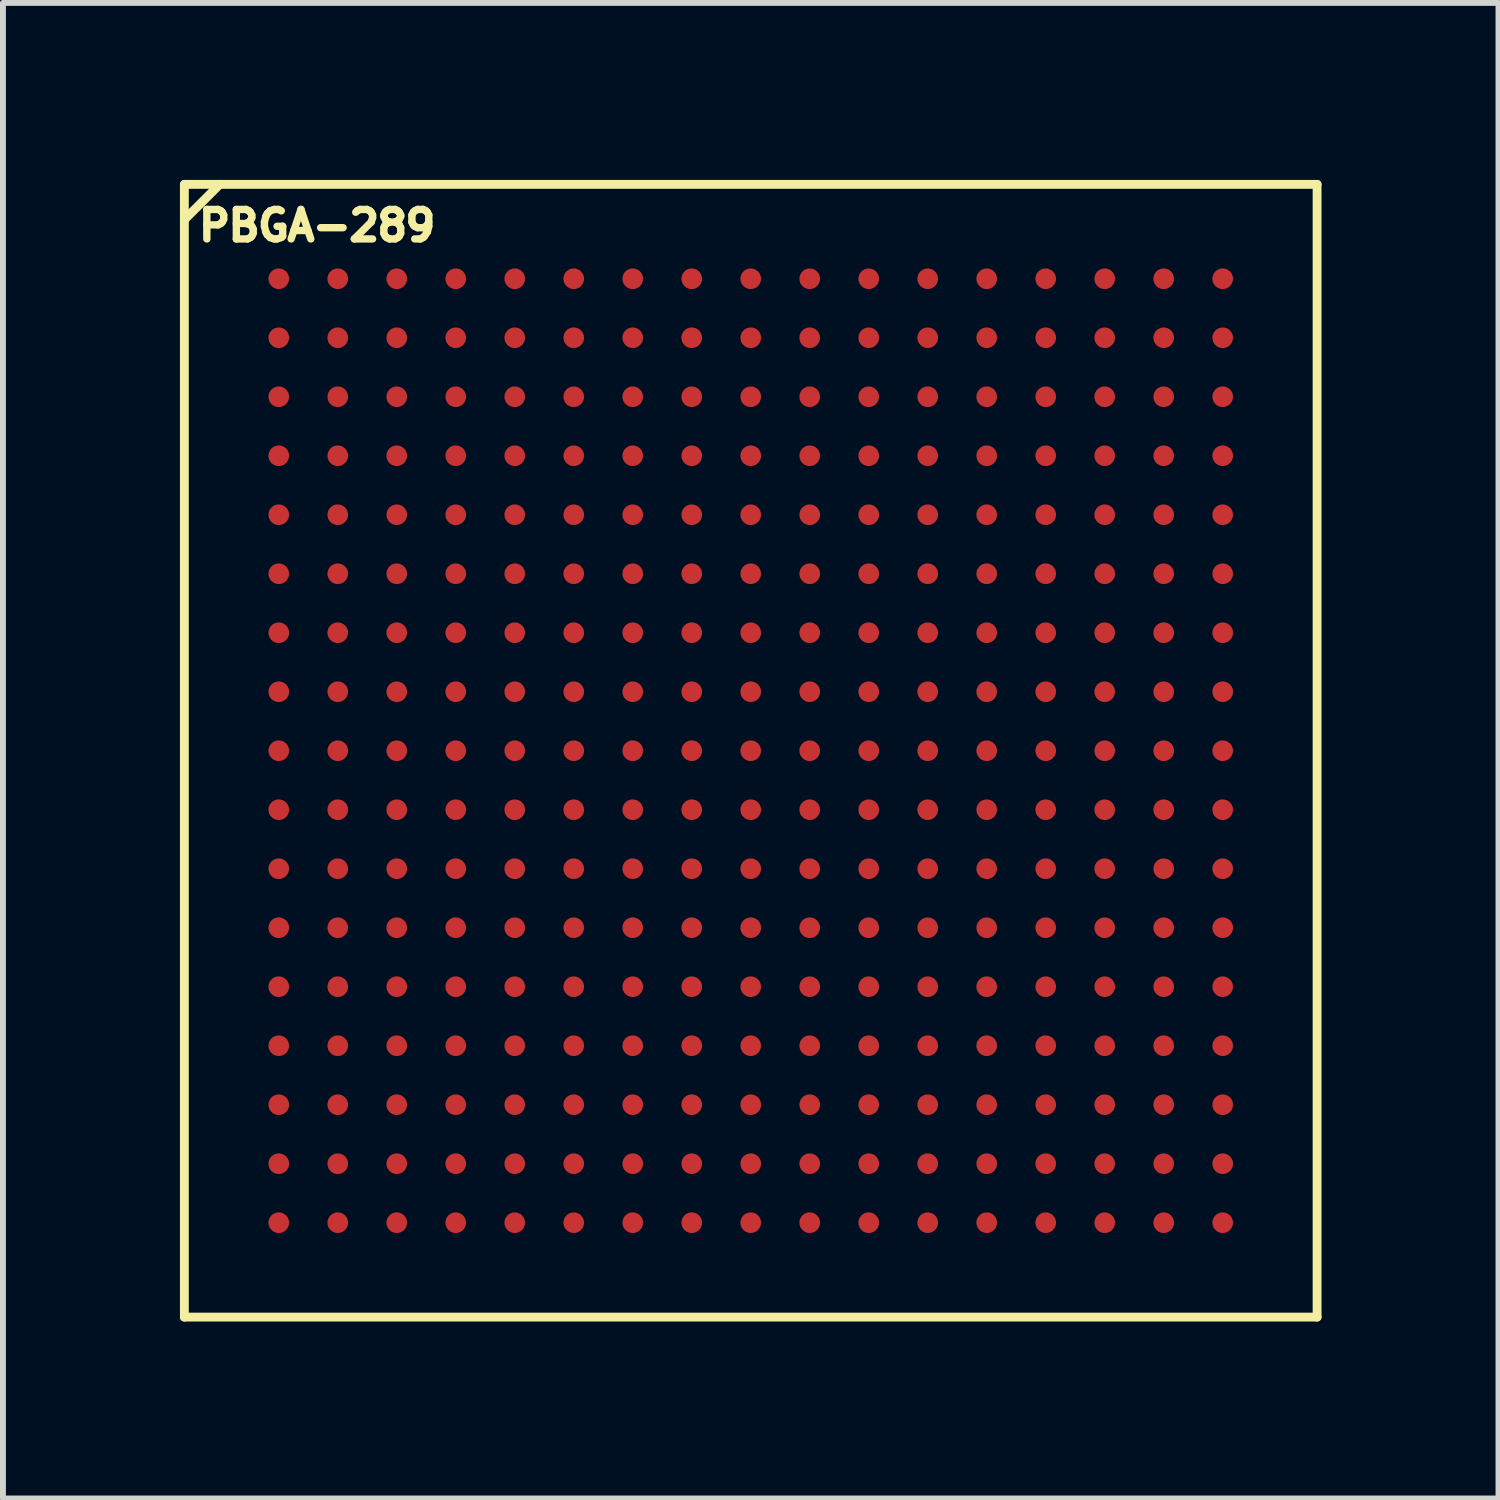
<source format=kicad_pcb>
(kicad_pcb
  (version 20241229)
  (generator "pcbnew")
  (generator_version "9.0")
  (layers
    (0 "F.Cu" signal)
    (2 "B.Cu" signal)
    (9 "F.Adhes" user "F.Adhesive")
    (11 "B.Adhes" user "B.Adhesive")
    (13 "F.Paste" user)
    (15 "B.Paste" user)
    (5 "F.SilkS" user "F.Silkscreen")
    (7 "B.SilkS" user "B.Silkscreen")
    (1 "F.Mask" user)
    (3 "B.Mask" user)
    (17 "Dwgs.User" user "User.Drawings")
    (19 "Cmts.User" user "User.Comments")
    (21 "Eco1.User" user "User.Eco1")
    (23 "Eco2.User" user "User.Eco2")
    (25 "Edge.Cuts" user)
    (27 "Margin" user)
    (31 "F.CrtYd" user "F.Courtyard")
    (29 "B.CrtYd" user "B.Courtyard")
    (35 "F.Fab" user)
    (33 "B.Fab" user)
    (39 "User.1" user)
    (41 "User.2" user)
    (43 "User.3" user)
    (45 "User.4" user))
  (footprint "PBGA-289"
    (layer "F.Cu")
    (at 9.675 9.675)
    (property "Reference" "PBGA-289" (at -7.35 -8.9 0) (layer "F.SilkS") (effects (font (size 0.5 0.5) (thickness 0.125))))
    (attr through_hole)
    (fp_line (start -9.6 -9.6) (end -9.6 9.6) (stroke (width 0.15) (type solid)) (layer "F.SilkS"))
    (fp_line (start -9.6 -9.6) (end 9.6 -9.6) (stroke (width 0.15) (type solid)) (layer "F.SilkS"))
    (fp_line (start -9.6 -9) (end -9 -9.6) (stroke (width 0.15) (type solid)) (layer "F.SilkS"))
    (fp_line (start -9.6 9.6) (end 9.6 9.6) (stroke (width 0.15) (type solid)) (layer "F.SilkS"))
    (fp_line (start 9.6 -9.6) (end 9.6 9.6) (stroke (width 0.15) (type solid)) (layer "F.SilkS"))
    (pad "A1" smd circle (at -8 -8) (size 0.35 0.35) (layers "F.Cu" "F.Mask" "F.Paste"))
    (pad "A2" smd circle (at -7 -8) (size 0.35 0.35) (layers "F.Cu" "F.Mask" "F.Paste"))
    (pad "A3" smd circle (at -6 -8) (size 0.35 0.35) (layers "F.Cu" "F.Mask" "F.Paste"))
    (pad "A4" smd circle (at -5 -8) (size 0.35 0.35) (layers "F.Cu" "F.Mask" "F.Paste"))
    (pad "A5" smd circle (at -4 -8) (size 0.35 0.35) (layers "F.Cu" "F.Mask" "F.Paste"))
    (pad "A6" smd circle (at -3 -8) (size 0.35 0.35) (layers "F.Cu" "F.Mask" "F.Paste"))
    (pad "A7" smd circle (at -2 -8) (size 0.35 0.35) (layers "F.Cu" "F.Mask" "F.Paste"))
    (pad "A8" smd circle (at -1 -8) (size 0.35 0.35) (layers "F.Cu" "F.Mask" "F.Paste"))
    (pad "A9" smd circle (at 0 -8) (size 0.35 0.35) (layers "F.Cu" "F.Mask" "F.Paste"))
    (pad "A10" smd circle (at 1 -8) (size 0.35 0.35) (layers "F.Cu" "F.Mask" "F.Paste"))
    (pad "A11" smd circle (at 2 -8) (size 0.35 0.35) (layers "F.Cu" "F.Mask" "F.Paste"))
    (pad "A12" smd circle (at 3 -8) (size 0.35 0.35) (layers "F.Cu" "F.Mask" "F.Paste"))
    (pad "A13" smd circle (at 4 -8) (size 0.35 0.35) (layers "F.Cu" "F.Mask" "F.Paste"))
    (pad "A14" smd circle (at 5 -8) (size 0.35 0.35) (layers "F.Cu" "F.Mask" "F.Paste"))
    (pad "A15" smd circle (at 6 -8) (size 0.35 0.35) (layers "F.Cu" "F.Mask" "F.Paste"))
    (pad "A16" smd circle (at 7 -8) (size 0.35 0.35) (layers "F.Cu" "F.Mask" "F.Paste"))
    (pad "A17" smd circle (at 8 -8) (size 0.35 0.35) (layers "F.Cu" "F.Mask" "F.Paste"))
    (pad "B1" smd circle (at -8 -7) (size 0.35 0.35) (layers "F.Cu" "F.Mask" "F.Paste"))
    (pad "B2" smd circle (at -7 -7) (size 0.35 0.35) (layers "F.Cu" "F.Mask" "F.Paste"))
    (pad "B3" smd circle (at -6 -7) (size 0.35 0.35) (layers "F.Cu" "F.Mask" "F.Paste"))
    (pad "B4" smd circle (at -5 -7) (size 0.35 0.35) (layers "F.Cu" "F.Mask" "F.Paste"))
    (pad "B5" smd circle (at -4 -7) (size 0.35 0.35) (layers "F.Cu" "F.Mask" "F.Paste"))
    (pad "B6" smd circle (at -3 -7) (size 0.35 0.35) (layers "F.Cu" "F.Mask" "F.Paste"))
    (pad "B7" smd circle (at -2 -7) (size 0.35 0.35) (layers "F.Cu" "F.Mask" "F.Paste"))
    (pad "B8" smd circle (at -1 -7) (size 0.35 0.35) (layers "F.Cu" "F.Mask" "F.Paste"))
    (pad "B9" smd circle (at 0 -7) (size 0.35 0.35) (layers "F.Cu" "F.Mask" "F.Paste"))
    (pad "B10" smd circle (at 1 -7) (size 0.35 0.35) (layers "F.Cu" "F.Mask" "F.Paste"))
    (pad "B11" smd circle (at 2 -7) (size 0.35 0.35) (layers "F.Cu" "F.Mask" "F.Paste"))
    (pad "B12" smd circle (at 3 -7) (size 0.35 0.35) (layers "F.Cu" "F.Mask" "F.Paste"))
    (pad "B13" smd circle (at 4 -7) (size 0.35 0.35) (layers "F.Cu" "F.Mask" "F.Paste"))
    (pad "B14" smd circle (at 5 -7) (size 0.35 0.35) (layers "F.Cu" "F.Mask" "F.Paste"))
    (pad "B15" smd circle (at 6 -7) (size 0.35 0.35) (layers "F.Cu" "F.Mask" "F.Paste"))
    (pad "B16" smd circle (at 7 -7) (size 0.35 0.35) (layers "F.Cu" "F.Mask" "F.Paste"))
    (pad "B17" smd circle (at 8 -7) (size 0.35 0.35) (layers "F.Cu" "F.Mask" "F.Paste"))
    (pad "C1" smd circle (at -8 -6) (size 0.35 0.35) (layers "F.Cu" "F.Mask" "F.Paste"))
    (pad "C2" smd circle (at -7 -6) (size 0.35 0.35) (layers "F.Cu" "F.Mask" "F.Paste"))
    (pad "C3" smd circle (at -6 -6) (size 0.35 0.35) (layers "F.Cu" "F.Mask" "F.Paste"))
    (pad "C4" smd circle (at -5 -6) (size 0.35 0.35) (layers "F.Cu" "F.Mask" "F.Paste"))
    (pad "C5" smd circle (at -4 -6) (size 0.35 0.35) (layers "F.Cu" "F.Mask" "F.Paste"))
    (pad "C6" smd circle (at -3 -6) (size 0.35 0.35) (layers "F.Cu" "F.Mask" "F.Paste"))
    (pad "C7" smd circle (at -2 -6) (size 0.35 0.35) (layers "F.Cu" "F.Mask" "F.Paste"))
    (pad "C8" smd circle (at -1 -6) (size 0.35 0.35) (layers "F.Cu" "F.Mask" "F.Paste"))
    (pad "C9" smd circle (at 0 -6) (size 0.35 0.35) (layers "F.Cu" "F.Mask" "F.Paste"))
    (pad "C10" smd circle (at 1 -6) (size 0.35 0.35) (layers "F.Cu" "F.Mask" "F.Paste"))
    (pad "C11" smd circle (at 2 -6) (size 0.35 0.35) (layers "F.Cu" "F.Mask" "F.Paste"))
    (pad "C12" smd circle (at 3 -6) (size 0.35 0.35) (layers "F.Cu" "F.Mask" "F.Paste"))
    (pad "C13" smd circle (at 4 -6) (size 0.35 0.35) (layers "F.Cu" "F.Mask" "F.Paste"))
    (pad "C14" smd circle (at 5 -6) (size 0.35 0.35) (layers "F.Cu" "F.Mask" "F.Paste"))
    (pad "C15" smd circle (at 6 -6) (size 0.35 0.35) (layers "F.Cu" "F.Mask" "F.Paste"))
    (pad "C16" smd circle (at 7 -6) (size 0.35 0.35) (layers "F.Cu" "F.Mask" "F.Paste"))
    (pad "C17" smd circle (at 8 -6) (size 0.35 0.35) (layers "F.Cu" "F.Mask" "F.Paste"))
    (pad "D1" smd circle (at -8 -5) (size 0.35 0.35) (layers "F.Cu" "F.Mask" "F.Paste"))
    (pad "D2" smd circle (at -7 -5) (size 0.35 0.35) (layers "F.Cu" "F.Mask" "F.Paste"))
    (pad "D3" smd circle (at -6 -5) (size 0.35 0.35) (layers "F.Cu" "F.Mask" "F.Paste"))
    (pad "D4" smd circle (at -5 -5) (size 0.35 0.35) (layers "F.Cu" "F.Mask" "F.Paste"))
    (pad "D5" smd circle (at -4 -5) (size 0.35 0.35) (layers "F.Cu" "F.Mask" "F.Paste"))
    (pad "D6" smd circle (at -3 -5) (size 0.35 0.35) (layers "F.Cu" "F.Mask" "F.Paste"))
    (pad "D7" smd circle (at -2 -5) (size 0.35 0.35) (layers "F.Cu" "F.Mask" "F.Paste"))
    (pad "D8" smd circle (at -1 -5) (size 0.35 0.35) (layers "F.Cu" "F.Mask" "F.Paste"))
    (pad "D9" smd circle (at 0 -5) (size 0.35 0.35) (layers "F.Cu" "F.Mask" "F.Paste"))
    (pad "D10" smd circle (at 1 -5) (size 0.35 0.35) (layers "F.Cu" "F.Mask" "F.Paste"))
    (pad "D11" smd circle (at 2 -5) (size 0.35 0.35) (layers "F.Cu" "F.Mask" "F.Paste"))
    (pad "D12" smd circle (at 3 -5) (size 0.35 0.35) (layers "F.Cu" "F.Mask" "F.Paste"))
    (pad "D13" smd circle (at 4 -5) (size 0.35 0.35) (layers "F.Cu" "F.Mask" "F.Paste"))
    (pad "D14" smd circle (at 5 -5) (size 0.35 0.35) (layers "F.Cu" "F.Mask" "F.Paste"))
    (pad "D15" smd circle (at 6 -5) (size 0.35 0.35) (layers "F.Cu" "F.Mask" "F.Paste"))
    (pad "D16" smd circle (at 7 -5) (size 0.35 0.35) (layers "F.Cu" "F.Mask" "F.Paste"))
    (pad "D17" smd circle (at 8 -5) (size 0.35 0.35) (layers "F.Cu" "F.Mask" "F.Paste"))
    (pad "E1" smd circle (at -8 -4) (size 0.35 0.35) (layers "F.Cu" "F.Mask" "F.Paste"))
    (pad "E2" smd circle (at -7 -4) (size 0.35 0.35) (layers "F.Cu" "F.Mask" "F.Paste"))
    (pad "E3" smd circle (at -6 -4) (size 0.35 0.35) (layers "F.Cu" "F.Mask" "F.Paste"))
    (pad "E4" smd circle (at -5 -4) (size 0.35 0.35) (layers "F.Cu" "F.Mask" "F.Paste"))
    (pad "E5" smd circle (at -4 -4) (size 0.35 0.35) (layers "F.Cu" "F.Mask" "F.Paste"))
    (pad "E6" smd circle (at -3 -4) (size 0.35 0.35) (layers "F.Cu" "F.Mask" "F.Paste"))
    (pad "E7" smd circle (at -2 -4) (size 0.35 0.35) (layers "F.Cu" "F.Mask" "F.Paste"))
    (pad "E8" smd circle (at -1 -4) (size 0.35 0.35) (layers "F.Cu" "F.Mask" "F.Paste"))
    (pad "E9" smd circle (at 0 -4) (size 0.35 0.35) (layers "F.Cu" "F.Mask" "F.Paste"))
    (pad "E10" smd circle (at 1 -4) (size 0.35 0.35) (layers "F.Cu" "F.Mask" "F.Paste"))
    (pad "E11" smd circle (at 2 -4) (size 0.35 0.35) (layers "F.Cu" "F.Mask" "F.Paste"))
    (pad "E12" smd circle (at 3 -4) (size 0.35 0.35) (layers "F.Cu" "F.Mask" "F.Paste"))
    (pad "E13" smd circle (at 4 -4) (size 0.35 0.35) (layers "F.Cu" "F.Mask" "F.Paste"))
    (pad "E14" smd circle (at 5 -4) (size 0.35 0.35) (layers "F.Cu" "F.Mask" "F.Paste"))
    (pad "E15" smd circle (at 6 -4) (size 0.35 0.35) (layers "F.Cu" "F.Mask" "F.Paste"))
    (pad "E16" smd circle (at 7 -4) (size 0.35 0.35) (layers "F.Cu" "F.Mask" "F.Paste"))
    (pad "E17" smd circle (at 8 -4) (size 0.35 0.35) (layers "F.Cu" "F.Mask" "F.Paste"))
    (pad "F1" smd circle (at -8 -3) (size 0.35 0.35) (layers "F.Cu" "F.Mask" "F.Paste"))
    (pad "F2" smd circle (at -7 -3) (size 0.35 0.35) (layers "F.Cu" "F.Mask" "F.Paste"))
    (pad "F3" smd circle (at -6 -3) (size 0.35 0.35) (layers "F.Cu" "F.Mask" "F.Paste"))
    (pad "F4" smd circle (at -5 -3) (size 0.35 0.35) (layers "F.Cu" "F.Mask" "F.Paste"))
    (pad "F5" smd circle (at -4 -3) (size 0.35 0.35) (layers "F.Cu" "F.Mask" "F.Paste"))
    (pad "F6" smd circle (at -3 -3) (size 0.35 0.35) (layers "F.Cu" "F.Mask" "F.Paste"))
    (pad "F7" smd circle (at -2 -3) (size 0.35 0.35) (layers "F.Cu" "F.Mask" "F.Paste"))
    (pad "F8" smd circle (at -1 -3) (size 0.35 0.35) (layers "F.Cu" "F.Mask" "F.Paste"))
    (pad "F9" smd circle (at 0 -3) (size 0.35 0.35) (layers "F.Cu" "F.Mask" "F.Paste"))
    (pad "F10" smd circle (at 1 -3) (size 0.35 0.35) (layers "F.Cu" "F.Mask" "F.Paste"))
    (pad "F11" smd circle (at 2 -3) (size 0.35 0.35) (layers "F.Cu" "F.Mask" "F.Paste"))
    (pad "F12" smd circle (at 3 -3) (size 0.35 0.35) (layers "F.Cu" "F.Mask" "F.Paste"))
    (pad "F13" smd circle (at 4 -3) (size 0.35 0.35) (layers "F.Cu" "F.Mask" "F.Paste"))
    (pad "F14" smd circle (at 5 -3) (size 0.35 0.35) (layers "F.Cu" "F.Mask" "F.Paste"))
    (pad "F15" smd circle (at 6 -3) (size 0.35 0.35) (layers "F.Cu" "F.Mask" "F.Paste"))
    (pad "F16" smd circle (at 7 -3) (size 0.35 0.35) (layers "F.Cu" "F.Mask" "F.Paste"))
    (pad "F17" smd circle (at 8 -3) (size 0.35 0.35) (layers "F.Cu" "F.Mask" "F.Paste"))
    (pad "G1" smd circle (at -8 -2) (size 0.35 0.35) (layers "F.Cu" "F.Mask" "F.Paste"))
    (pad "G2" smd circle (at -7 -2) (size 0.35 0.35) (layers "F.Cu" "F.Mask" "F.Paste"))
    (pad "G3" smd circle (at -6 -2) (size 0.35 0.35) (layers "F.Cu" "F.Mask" "F.Paste"))
    (pad "G4" smd circle (at -5 -2) (size 0.35 0.35) (layers "F.Cu" "F.Mask" "F.Paste"))
    (pad "G5" smd circle (at -4 -2) (size 0.35 0.35) (layers "F.Cu" "F.Mask" "F.Paste"))
    (pad "G6" smd circle (at -3 -2) (size 0.35 0.35) (layers "F.Cu" "F.Mask" "F.Paste"))
    (pad "G7" smd circle (at -2 -2) (size 0.35 0.35) (layers "F.Cu" "F.Mask" "F.Paste"))
    (pad "G8" smd circle (at -1 -2) (size 0.35 0.35) (layers "F.Cu" "F.Mask" "F.Paste"))
    (pad "G9" smd circle (at 0 -2) (size 0.35 0.35) (layers "F.Cu" "F.Mask" "F.Paste"))
    (pad "G10" smd circle (at 1 -2) (size 0.35 0.35) (layers "F.Cu" "F.Mask" "F.Paste"))
    (pad "G11" smd circle (at 2 -2) (size 0.35 0.35) (layers "F.Cu" "F.Mask" "F.Paste"))
    (pad "G12" smd circle (at 3 -2) (size 0.35 0.35) (layers "F.Cu" "F.Mask" "F.Paste"))
    (pad "G13" smd circle (at 4 -2) (size 0.35 0.35) (layers "F.Cu" "F.Mask" "F.Paste"))
    (pad "G14" smd circle (at 5 -2) (size 0.35 0.35) (layers "F.Cu" "F.Mask" "F.Paste"))
    (pad "G15" smd circle (at 6 -2) (size 0.35 0.35) (layers "F.Cu" "F.Mask" "F.Paste"))
    (pad "G16" smd circle (at 7 -2) (size 0.35 0.35) (layers "F.Cu" "F.Mask" "F.Paste"))
    (pad "G17" smd circle (at 8 -2) (size 0.35 0.35) (layers "F.Cu" "F.Mask" "F.Paste"))
    (pad "H1" smd circle (at -8 -1) (size 0.35 0.35) (layers "F.Cu" "F.Mask" "F.Paste"))
    (pad "H2" smd circle (at -7 -1) (size 0.35 0.35) (layers "F.Cu" "F.Mask" "F.Paste"))
    (pad "H3" smd circle (at -6 -1) (size 0.35 0.35) (layers "F.Cu" "F.Mask" "F.Paste"))
    (pad "H4" smd circle (at -5 -1) (size 0.35 0.35) (layers "F.Cu" "F.Mask" "F.Paste"))
    (pad "H5" smd circle (at -4 -1) (size 0.35 0.35) (layers "F.Cu" "F.Mask" "F.Paste"))
    (pad "H6" smd circle (at -3 -1) (size 0.35 0.35) (layers "F.Cu" "F.Mask" "F.Paste"))
    (pad "H7" smd circle (at -2 -1) (size 0.35 0.35) (layers "F.Cu" "F.Mask" "F.Paste"))
    (pad "H8" smd circle (at -1 -1) (size 0.35 0.35) (layers "F.Cu" "F.Mask" "F.Paste"))
    (pad "H9" smd circle (at 0 -1) (size 0.35 0.35) (layers "F.Cu" "F.Mask" "F.Paste"))
    (pad "H10" smd circle (at 1 -1) (size 0.35 0.35) (layers "F.Cu" "F.Mask" "F.Paste"))
    (pad "H11" smd circle (at 2 -1) (size 0.35 0.35) (layers "F.Cu" "F.Mask" "F.Paste"))
    (pad "H12" smd circle (at 3 -1) (size 0.35 0.35) (layers "F.Cu" "F.Mask" "F.Paste"))
    (pad "H13" smd circle (at 4 -1) (size 0.35 0.35) (layers "F.Cu" "F.Mask" "F.Paste"))
    (pad "H14" smd circle (at 5 -1) (size 0.35 0.35) (layers "F.Cu" "F.Mask" "F.Paste"))
    (pad "H15" smd circle (at 6 -1) (size 0.35 0.35) (layers "F.Cu" "F.Mask" "F.Paste"))
    (pad "H16" smd circle (at 7 -1) (size 0.35 0.35) (layers "F.Cu" "F.Mask" "F.Paste"))
    (pad "H17" smd circle (at 8 -1) (size 0.35 0.35) (layers "F.Cu" "F.Mask" "F.Paste"))
    (pad "J1" smd circle (at -8 0) (size 0.35 0.35) (layers "F.Cu" "F.Mask" "F.Paste"))
    (pad "J2" smd circle (at -7 0) (size 0.35 0.35) (layers "F.Cu" "F.Mask" "F.Paste"))
    (pad "J3" smd circle (at -6 0) (size 0.35 0.35) (layers "F.Cu" "F.Mask" "F.Paste"))
    (pad "J4" smd circle (at -5 0) (size 0.35 0.35) (layers "F.Cu" "F.Mask" "F.Paste"))
    (pad "J5" smd circle (at -4 0) (size 0.35 0.35) (layers "F.Cu" "F.Mask" "F.Paste"))
    (pad "J6" smd circle (at -3 0) (size 0.35 0.35) (layers "F.Cu" "F.Mask" "F.Paste"))
    (pad "J7" smd circle (at -2 0) (size 0.35 0.35) (layers "F.Cu" "F.Mask" "F.Paste"))
    (pad "J8" smd circle (at -1 0) (size 0.35 0.35) (layers "F.Cu" "F.Mask" "F.Paste"))
    (pad "J9" smd circle (at 0 0) (size 0.35 0.35) (layers "F.Cu" "F.Mask" "F.Paste"))
    (pad "J10" smd circle (at 1 0) (size 0.35 0.35) (layers "F.Cu" "F.Mask" "F.Paste"))
    (pad "J11" smd circle (at 2 0) (size 0.35 0.35) (layers "F.Cu" "F.Mask" "F.Paste"))
    (pad "J12" smd circle (at 3 0) (size 0.35 0.35) (layers "F.Cu" "F.Mask" "F.Paste"))
    (pad "J13" smd circle (at 4 0) (size 0.35 0.35) (layers "F.Cu" "F.Mask" "F.Paste"))
    (pad "J14" smd circle (at 5 0) (size 0.35 0.35) (layers "F.Cu" "F.Mask" "F.Paste"))
    (pad "J15" smd circle (at 6 0) (size 0.35 0.35) (layers "F.Cu" "F.Mask" "F.Paste"))
    (pad "J16" smd circle (at 7 0) (size 0.35 0.35) (layers "F.Cu" "F.Mask" "F.Paste"))
    (pad "J17" smd circle (at 8 0) (size 0.35 0.35) (layers "F.Cu" "F.Mask" "F.Paste"))
    (pad "K1" smd circle (at -8 1) (size 0.35 0.35) (layers "F.Cu" "F.Mask" "F.Paste"))
    (pad "K2" smd circle (at -7 1) (size 0.35 0.35) (layers "F.Cu" "F.Mask" "F.Paste"))
    (pad "K3" smd circle (at -6 1) (size 0.35 0.35) (layers "F.Cu" "F.Mask" "F.Paste"))
    (pad "K4" smd circle (at -5 1) (size 0.35 0.35) (layers "F.Cu" "F.Mask" "F.Paste"))
    (pad "K5" smd circle (at -4 1) (size 0.35 0.35) (layers "F.Cu" "F.Mask" "F.Paste"))
    (pad "K6" smd circle (at -3 1) (size 0.35 0.35) (layers "F.Cu" "F.Mask" "F.Paste"))
    (pad "K7" smd circle (at -2 1) (size 0.35 0.35) (layers "F.Cu" "F.Mask" "F.Paste"))
    (pad "K8" smd circle (at -1 1) (size 0.35 0.35) (layers "F.Cu" "F.Mask" "F.Paste"))
    (pad "K9" smd circle (at 0 1) (size 0.35 0.35) (layers "F.Cu" "F.Mask" "F.Paste"))
    (pad "K10" smd circle (at 1 1) (size 0.35 0.35) (layers "F.Cu" "F.Mask" "F.Paste"))
    (pad "K11" smd circle (at 2 1) (size 0.35 0.35) (layers "F.Cu" "F.Mask" "F.Paste"))
    (pad "K12" smd circle (at 3 1) (size 0.35 0.35) (layers "F.Cu" "F.Mask" "F.Paste"))
    (pad "K13" smd circle (at 4 1) (size 0.35 0.35) (layers "F.Cu" "F.Mask" "F.Paste"))
    (pad "K14" smd circle (at 5 1) (size 0.35 0.35) (layers "F.Cu" "F.Mask" "F.Paste"))
    (pad "K15" smd circle (at 6 1) (size 0.35 0.35) (layers "F.Cu" "F.Mask" "F.Paste"))
    (pad "K16" smd circle (at 7 1) (size 0.35 0.35) (layers "F.Cu" "F.Mask" "F.Paste"))
    (pad "K17" smd circle (at 8 1) (size 0.35 0.35) (layers "F.Cu" "F.Mask" "F.Paste"))
    (pad "L1" smd circle (at -8 2) (size 0.35 0.35) (layers "F.Cu" "F.Mask" "F.Paste"))
    (pad "L2" smd circle (at -7 2) (size 0.35 0.35) (layers "F.Cu" "F.Mask" "F.Paste"))
    (pad "L3" smd circle (at -6 2) (size 0.35 0.35) (layers "F.Cu" "F.Mask" "F.Paste"))
    (pad "L4" smd circle (at -5 2) (size 0.35 0.35) (layers "F.Cu" "F.Mask" "F.Paste"))
    (pad "L5" smd circle (at -4 2) (size 0.35 0.35) (layers "F.Cu" "F.Mask" "F.Paste"))
    (pad "L6" smd circle (at -3 2) (size 0.35 0.35) (layers "F.Cu" "F.Mask" "F.Paste"))
    (pad "L7" smd circle (at -2 2) (size 0.35 0.35) (layers "F.Cu" "F.Mask" "F.Paste"))
    (pad "L8" smd circle (at -1 2) (size 0.35 0.35) (layers "F.Cu" "F.Mask" "F.Paste"))
    (pad "L9" smd circle (at 0 2) (size 0.35 0.35) (layers "F.Cu" "F.Mask" "F.Paste"))
    (pad "L10" smd circle (at 1 2) (size 0.35 0.35) (layers "F.Cu" "F.Mask" "F.Paste"))
    (pad "L11" smd circle (at 2 2) (size 0.35 0.35) (layers "F.Cu" "F.Mask" "F.Paste"))
    (pad "L12" smd circle (at 3 2) (size 0.35 0.35) (layers "F.Cu" "F.Mask" "F.Paste"))
    (pad "L13" smd circle (at 4 2) (size 0.35 0.35) (layers "F.Cu" "F.Mask" "F.Paste"))
    (pad "L14" smd circle (at 5 2) (size 0.35 0.35) (layers "F.Cu" "F.Mask" "F.Paste"))
    (pad "L15" smd circle (at 6 2) (size 0.35 0.35) (layers "F.Cu" "F.Mask" "F.Paste"))
    (pad "L16" smd circle (at 7 2) (size 0.35 0.35) (layers "F.Cu" "F.Mask" "F.Paste"))
    (pad "L17" smd circle (at 8 2) (size 0.35 0.35) (layers "F.Cu" "F.Mask" "F.Paste"))
    (pad "M1" smd circle (at -8 3) (size 0.35 0.35) (layers "F.Cu" "F.Mask" "F.Paste"))
    (pad "M2" smd circle (at -7 3) (size 0.35 0.35) (layers "F.Cu" "F.Mask" "F.Paste"))
    (pad "M3" smd circle (at -6 3) (size 0.35 0.35) (layers "F.Cu" "F.Mask" "F.Paste"))
    (pad "M4" smd circle (at -5 3) (size 0.35 0.35) (layers "F.Cu" "F.Mask" "F.Paste"))
    (pad "M5" smd circle (at -4 3) (size 0.35 0.35) (layers "F.Cu" "F.Mask" "F.Paste"))
    (pad "M6" smd circle (at -3 3) (size 0.35 0.35) (layers "F.Cu" "F.Mask" "F.Paste"))
    (pad "M7" smd circle (at -2 3) (size 0.35 0.35) (layers "F.Cu" "F.Mask" "F.Paste"))
    (pad "M8" smd circle (at -1 3) (size 0.35 0.35) (layers "F.Cu" "F.Mask" "F.Paste"))
    (pad "M9" smd circle (at 0 3) (size 0.35 0.35) (layers "F.Cu" "F.Mask" "F.Paste"))
    (pad "M10" smd circle (at 1 3) (size 0.35 0.35) (layers "F.Cu" "F.Mask" "F.Paste"))
    (pad "M11" smd circle (at 2 3) (size 0.35 0.35) (layers "F.Cu" "F.Mask" "F.Paste"))
    (pad "M12" smd circle (at 3 3) (size 0.35 0.35) (layers "F.Cu" "F.Mask" "F.Paste"))
    (pad "M13" smd circle (at 4 3) (size 0.35 0.35) (layers "F.Cu" "F.Mask" "F.Paste"))
    (pad "M14" smd circle (at 5 3) (size 0.35 0.35) (layers "F.Cu" "F.Mask" "F.Paste"))
    (pad "M15" smd circle (at 6 3) (size 0.35 0.35) (layers "F.Cu" "F.Mask" "F.Paste"))
    (pad "M16" smd circle (at 7 3) (size 0.35 0.35) (layers "F.Cu" "F.Mask" "F.Paste"))
    (pad "M17" smd circle (at 8 3) (size 0.35 0.35) (layers "F.Cu" "F.Mask" "F.Paste"))
    (pad "N1" smd circle (at -8 4) (size 0.35 0.35) (layers "F.Cu" "F.Mask" "F.Paste"))
    (pad "N2" smd circle (at -7 4) (size 0.35 0.35) (layers "F.Cu" "F.Mask" "F.Paste"))
    (pad "N3" smd circle (at -6 4) (size 0.35 0.35) (layers "F.Cu" "F.Mask" "F.Paste"))
    (pad "N4" smd circle (at -5 4) (size 0.35 0.35) (layers "F.Cu" "F.Mask" "F.Paste"))
    (pad "N5" smd circle (at -4 4) (size 0.35 0.35) (layers "F.Cu" "F.Mask" "F.Paste"))
    (pad "N6" smd circle (at -3 4) (size 0.35 0.35) (layers "F.Cu" "F.Mask" "F.Paste"))
    (pad "N7" smd circle (at -2 4) (size 0.35 0.35) (layers "F.Cu" "F.Mask" "F.Paste"))
    (pad "N8" smd circle (at -1 4) (size 0.35 0.35) (layers "F.Cu" "F.Mask" "F.Paste"))
    (pad "N9" smd circle (at 0 4) (size 0.35 0.35) (layers "F.Cu" "F.Mask" "F.Paste"))
    (pad "N10" smd circle (at 1 4) (size 0.35 0.35) (layers "F.Cu" "F.Mask" "F.Paste"))
    (pad "N11" smd circle (at 2 4) (size 0.35 0.35) (layers "F.Cu" "F.Mask" "F.Paste"))
    (pad "N12" smd circle (at 3 4) (size 0.35 0.35) (layers "F.Cu" "F.Mask" "F.Paste"))
    (pad "N13" smd circle (at 4 4) (size 0.35 0.35) (layers "F.Cu" "F.Mask" "F.Paste"))
    (pad "N14" smd circle (at 5 4) (size 0.35 0.35) (layers "F.Cu" "F.Mask" "F.Paste"))
    (pad "N15" smd circle (at 6 4) (size 0.35 0.35) (layers "F.Cu" "F.Mask" "F.Paste"))
    (pad "N16" smd circle (at 7 4) (size 0.35 0.35) (layers "F.Cu" "F.Mask" "F.Paste"))
    (pad "N17" smd circle (at 8 4) (size 0.35 0.35) (layers "F.Cu" "F.Mask" "F.Paste"))
    (pad "P1" smd circle (at -8 5) (size 0.35 0.35) (layers "F.Cu" "F.Mask" "F.Paste"))
    (pad "P2" smd circle (at -7 5) (size 0.35 0.35) (layers "F.Cu" "F.Mask" "F.Paste"))
    (pad "P3" smd circle (at -6 5) (size 0.35 0.35) (layers "F.Cu" "F.Mask" "F.Paste"))
    (pad "P4" smd circle (at -5 5) (size 0.35 0.35) (layers "F.Cu" "F.Mask" "F.Paste"))
    (pad "P5" smd circle (at -4 5) (size 0.35 0.35) (layers "F.Cu" "F.Mask" "F.Paste"))
    (pad "P6" smd circle (at -3 5) (size 0.35 0.35) (layers "F.Cu" "F.Mask" "F.Paste"))
    (pad "P7" smd circle (at -2 5) (size 0.35 0.35) (layers "F.Cu" "F.Mask" "F.Paste"))
    (pad "P8" smd circle (at -1 5) (size 0.35 0.35) (layers "F.Cu" "F.Mask" "F.Paste"))
    (pad "P9" smd circle (at 0 5) (size 0.35 0.35) (layers "F.Cu" "F.Mask" "F.Paste"))
    (pad "P10" smd circle (at 1 5) (size 0.35 0.35) (layers "F.Cu" "F.Mask" "F.Paste"))
    (pad "P11" smd circle (at 2 5) (size 0.35 0.35) (layers "F.Cu" "F.Mask" "F.Paste"))
    (pad "P12" smd circle (at 3 5) (size 0.35 0.35) (layers "F.Cu" "F.Mask" "F.Paste"))
    (pad "P13" smd circle (at 4 5) (size 0.35 0.35) (layers "F.Cu" "F.Mask" "F.Paste"))
    (pad "P14" smd circle (at 5 5) (size 0.35 0.35) (layers "F.Cu" "F.Mask" "F.Paste"))
    (pad "P15" smd circle (at 6 5) (size 0.35 0.35) (layers "F.Cu" "F.Mask" "F.Paste"))
    (pad "P16" smd circle (at 7 5) (size 0.35 0.35) (layers "F.Cu" "F.Mask" "F.Paste"))
    (pad "P17" smd circle (at 8 5) (size 0.35 0.35) (layers "F.Cu" "F.Mask" "F.Paste"))
    (pad "R1" smd circle (at -8 6) (size 0.35 0.35) (layers "F.Cu" "F.Mask" "F.Paste"))
    (pad "R2" smd circle (at -7 6) (size 0.35 0.35) (layers "F.Cu" "F.Mask" "F.Paste"))
    (pad "R3" smd circle (at -6 6) (size 0.35 0.35) (layers "F.Cu" "F.Mask" "F.Paste"))
    (pad "R4" smd circle (at -5 6) (size 0.35 0.35) (layers "F.Cu" "F.Mask" "F.Paste"))
    (pad "R5" smd circle (at -4 6) (size 0.35 0.35) (layers "F.Cu" "F.Mask" "F.Paste"))
    (pad "R6" smd circle (at -3 6) (size 0.35 0.35) (layers "F.Cu" "F.Mask" "F.Paste"))
    (pad "R7" smd circle (at -2 6) (size 0.35 0.35) (layers "F.Cu" "F.Mask" "F.Paste"))
    (pad "R8" smd circle (at -1 6) (size 0.35 0.35) (layers "F.Cu" "F.Mask" "F.Paste"))
    (pad "R9" smd circle (at 0 6) (size 0.35 0.35) (layers "F.Cu" "F.Mask" "F.Paste"))
    (pad "R10" smd circle (at 1 6) (size 0.35 0.35) (layers "F.Cu" "F.Mask" "F.Paste"))
    (pad "R11" smd circle (at 2 6) (size 0.35 0.35) (layers "F.Cu" "F.Mask" "F.Paste"))
    (pad "R12" smd circle (at 3 6) (size 0.35 0.35) (layers "F.Cu" "F.Mask" "F.Paste"))
    (pad "R13" smd circle (at 4 6) (size 0.35 0.35) (layers "F.Cu" "F.Mask" "F.Paste"))
    (pad "R14" smd circle (at 5 6) (size 0.35 0.35) (layers "F.Cu" "F.Mask" "F.Paste"))
    (pad "R15" smd circle (at 6 6) (size 0.35 0.35) (layers "F.Cu" "F.Mask" "F.Paste"))
    (pad "R16" smd circle (at 7 6) (size 0.35 0.35) (layers "F.Cu" "F.Mask" "F.Paste"))
    (pad "R17" smd circle (at 8 6) (size 0.35 0.35) (layers "F.Cu" "F.Mask" "F.Paste"))
    (pad "T1" smd circle (at -8 7) (size 0.35 0.35) (layers "F.Cu" "F.Mask" "F.Paste"))
    (pad "T2" smd circle (at -7 7) (size 0.35 0.35) (layers "F.Cu" "F.Mask" "F.Paste"))
    (pad "T3" smd circle (at -6 7) (size 0.35 0.35) (layers "F.Cu" "F.Mask" "F.Paste"))
    (pad "T4" smd circle (at -5 7) (size 0.35 0.35) (layers "F.Cu" "F.Mask" "F.Paste"))
    (pad "T5" smd circle (at -4 7) (size 0.35 0.35) (layers "F.Cu" "F.Mask" "F.Paste"))
    (pad "T6" smd circle (at -3 7) (size 0.35 0.35) (layers "F.Cu" "F.Mask" "F.Paste"))
    (pad "T7" smd circle (at -2 7) (size 0.35 0.35) (layers "F.Cu" "F.Mask" "F.Paste"))
    (pad "T8" smd circle (at -1 7) (size 0.35 0.35) (layers "F.Cu" "F.Mask" "F.Paste"))
    (pad "T9" smd circle (at 0 7) (size 0.35 0.35) (layers "F.Cu" "F.Mask" "F.Paste"))
    (pad "T10" smd circle (at 1 7) (size 0.35 0.35) (layers "F.Cu" "F.Mask" "F.Paste"))
    (pad "T11" smd circle (at 2 7) (size 0.35 0.35) (layers "F.Cu" "F.Mask" "F.Paste"))
    (pad "T12" smd circle (at 3 7) (size 0.35 0.35) (layers "F.Cu" "F.Mask" "F.Paste"))
    (pad "T13" smd circle (at 4 7) (size 0.35 0.35) (layers "F.Cu" "F.Mask" "F.Paste"))
    (pad "T14" smd circle (at 5 7) (size 0.35 0.35) (layers "F.Cu" "F.Mask" "F.Paste"))
    (pad "T15" smd circle (at 6 7) (size 0.35 0.35) (layers "F.Cu" "F.Mask" "F.Paste"))
    (pad "T16" smd circle (at 7 7) (size 0.35 0.35) (layers "F.Cu" "F.Mask" "F.Paste"))
    (pad "T17" smd circle (at 8 7) (size 0.35 0.35) (layers "F.Cu" "F.Mask" "F.Paste"))
    (pad "U1" smd circle (at -8 8) (size 0.35 0.35) (layers "F.Cu" "F.Mask" "F.Paste"))
    (pad "U2" smd circle (at -7 8) (size 0.35 0.35) (layers "F.Cu" "F.Mask" "F.Paste"))
    (pad "U3" smd circle (at -6 8) (size 0.35 0.35) (layers "F.Cu" "F.Mask" "F.Paste"))
    (pad "U4" smd circle (at -5 8) (size 0.35 0.35) (layers "F.Cu" "F.Mask" "F.Paste"))
    (pad "U5" smd circle (at -4 8) (size 0.35 0.35) (layers "F.Cu" "F.Mask" "F.Paste"))
    (pad "U6" smd circle (at -3 8) (size 0.35 0.35) (layers "F.Cu" "F.Mask" "F.Paste"))
    (pad "U7" smd circle (at -2 8) (size 0.35 0.35) (layers "F.Cu" "F.Mask" "F.Paste"))
    (pad "U8" smd circle (at -1 8) (size 0.35 0.35) (layers "F.Cu" "F.Mask" "F.Paste"))
    (pad "U9" smd circle (at 0 8) (size 0.35 0.35) (layers "F.Cu" "F.Mask" "F.Paste"))
    (pad "U10" smd circle (at 1 8) (size 0.35 0.35) (layers "F.Cu" "F.Mask" "F.Paste"))
    (pad "U11" smd circle (at 2 8) (size 0.35 0.35) (layers "F.Cu" "F.Mask" "F.Paste"))
    (pad "U12" smd circle (at 3 8) (size 0.35 0.35) (layers "F.Cu" "F.Mask" "F.Paste"))
    (pad "U13" smd circle (at 4 8) (size 0.35 0.35) (layers "F.Cu" "F.Mask" "F.Paste"))
    (pad "U14" smd circle (at 5 8) (size 0.35 0.35) (layers "F.Cu" "F.Mask" "F.Paste"))
    (pad "U15" smd circle (at 6 8) (size 0.35 0.35) (layers "F.Cu" "F.Mask" "F.Paste"))
    (pad "U16" smd circle (at 7 8) (size 0.35 0.35) (layers "F.Cu" "F.Mask" "F.Paste"))
    (pad "U17" smd circle (at 8 8) (size 0.35 0.35) (layers "F.Cu" "F.Mask" "F.Paste")))
  (gr_rect
    (start -3 -3)
    (end 22.35 22.35)
    (stroke (width 0.1) (type default))
    (fill no)
    (layer "Edge.Cuts")))
</source>
